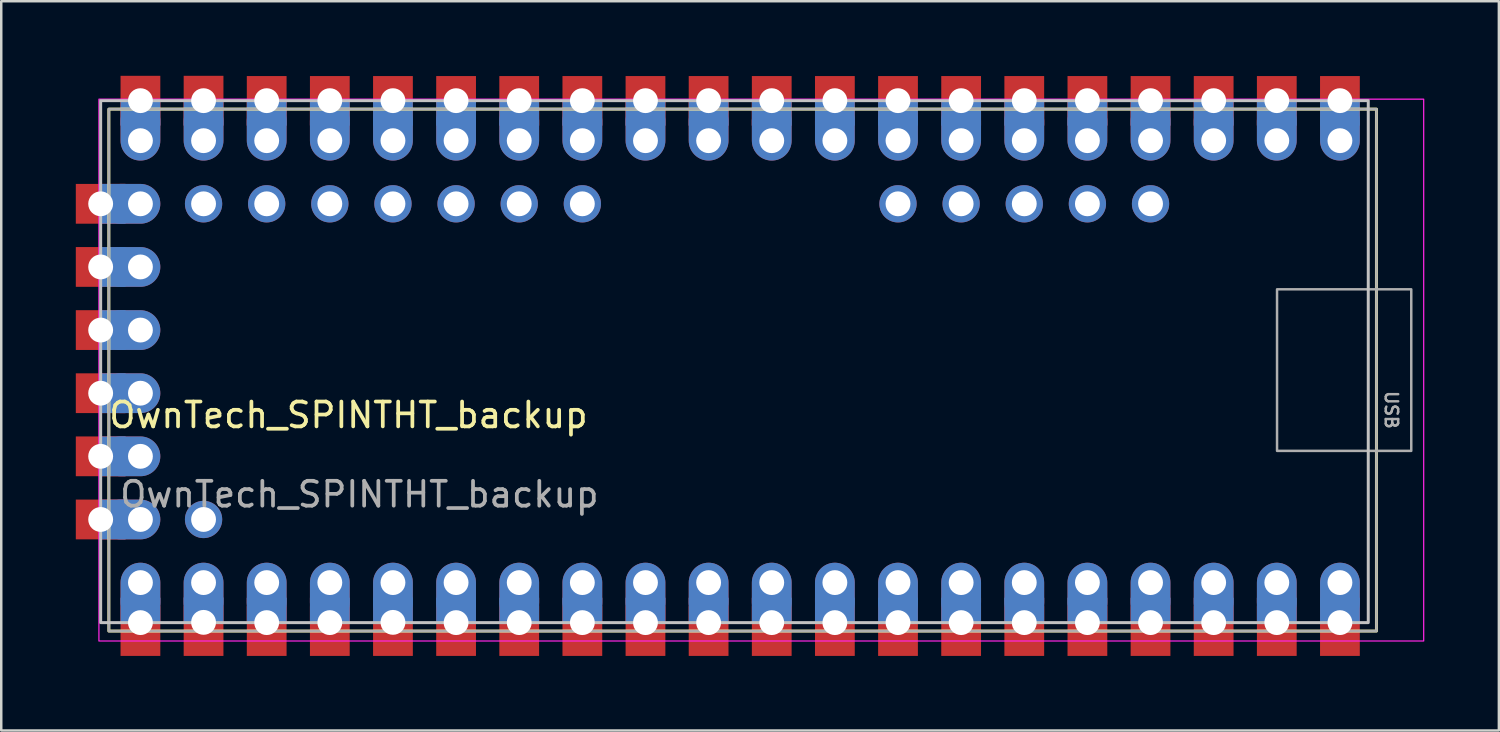
<source format=kicad_pcb>
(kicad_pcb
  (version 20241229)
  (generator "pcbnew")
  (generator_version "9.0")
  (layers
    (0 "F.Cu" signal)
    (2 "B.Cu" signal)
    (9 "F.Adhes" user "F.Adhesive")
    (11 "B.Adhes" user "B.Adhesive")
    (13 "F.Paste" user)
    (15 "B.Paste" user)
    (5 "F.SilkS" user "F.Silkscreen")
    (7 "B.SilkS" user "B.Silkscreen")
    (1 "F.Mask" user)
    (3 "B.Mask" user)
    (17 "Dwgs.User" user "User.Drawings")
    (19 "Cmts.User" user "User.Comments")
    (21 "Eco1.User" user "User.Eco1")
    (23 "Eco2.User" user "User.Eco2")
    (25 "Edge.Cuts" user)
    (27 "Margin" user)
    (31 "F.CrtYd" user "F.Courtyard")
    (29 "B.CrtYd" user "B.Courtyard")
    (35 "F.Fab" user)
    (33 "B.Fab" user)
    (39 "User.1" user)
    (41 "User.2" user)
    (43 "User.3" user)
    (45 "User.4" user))
  (footprint "OwnTech_SPINTHT_backup"
    (layer "F.Cu")
    (at 2.6 2.61)
    (property "Reference" "OwnTech_SPINTHT_backup" (at 8.37 11.04 0) (unlocked yes) (layer "F.SilkS") (effects (font (size 1 1) (thickness 0.15))))
    (attr smd)
    (fp_rect (start -1.27 -1.27) (end 49.73 19.73) (stroke (width 0.12) (type solid)) (fill no) (layer "F.SilkS"))
    (fp_rect (start -1.6 -1.61) (end 49.4 19.39) (stroke (width 0.12) (type solid)) (fill no) (layer "Dwgs.User"))
    (fp_rect (start -1.67 -1.67) (end 51.63 20.13) (stroke (width 0.05) (type solid)) (fill no) (layer "F.CrtYd"))
    (fp_rect (start -1.27 -1.27) (end 49.73 19.73) (stroke (width 0.1) (type solid)) (fill no) (layer "F.Fab"))
    (fp_rect (start 45.73 5.98) (end 51.13 12.48) (stroke (width 0.1) (type solid)) (fill no) (layer "F.Fab"))
    (fp_text user "USB" (at 50.33 10.83 270) (unlocked yes) (layer "F.Fab") (effects (font (size 0.5 0.5) (thickness 0.1))))
    (fp_text user "${REFERENCE}" (at 8.81 14.23 0) (unlocked yes) (layer "F.Fab") (effects (font (size 1 1) (thickness 0.15))))
    (pad "1" thru_hole rect (at 48.26 -1.61) (size 1.6 1) (drill 1 (offset 0 0.5)) (property pad_prop_castellated) (layers "*.Cu" "*.Mask"))
    (pad "1" smd rect (at 48.26 -1.6) (size 1.6 2) (layers "F.Cu" "F.Mask" "F.Paste"))
    (pad "1" thru_hole oval (at 48.26 0) (size 1.6 2.4) (drill 1 (offset 0 -0.4)) (layers "*.Cu" "*.Mask"))
    (pad "2" thru_hole rect (at 45.72 -1.61) (size 1.6 1) (drill 1 (offset 0 0.5)) (property pad_prop_castellated) (layers "*.Cu" "*.Mask"))
    (pad "2" smd rect (at 45.72 -1.6) (size 1.6 2) (layers "F.Cu" "F.Mask" "F.Paste"))
    (pad "2" thru_hole oval (at 45.72 0) (size 1.6 2.4) (drill 1 (offset 0 -0.4)) (layers "*.Cu" "*.Mask"))
    (pad "3" thru_hole rect (at 43.18 -1.61) (size 1.6 1) (drill 1 (offset 0 0.5)) (property pad_prop_castellated) (layers "*.Cu" "*.Mask"))
    (pad "3" smd rect (at 43.18 -1.6) (size 1.6 2) (layers "F.Cu" "F.Mask" "F.Paste"))
    (pad "3" thru_hole oval (at 43.18 0) (size 1.6 2.4) (drill 1 (offset 0 -0.4)) (layers "*.Cu" "*.Mask"))
    (pad "4" thru_hole rect (at 40.64 -1.61) (size 1.6 1) (drill 1 (offset 0 0.5)) (property pad_prop_castellated) (layers "*.Cu" "*.Mask"))
    (pad "4" smd rect (at 40.64 -1.6) (size 1.6 2) (layers "F.Cu" "F.Mask" "F.Paste"))
    (pad "4" thru_hole oval (at 40.64 0) (size 1.6 2.4) (drill 1 (offset 0 -0.4)) (layers "*.Cu" "*.Mask"))
    (pad "5" thru_hole rect (at 38.1 -1.61) (size 1.6 1) (drill 1 (offset 0 0.5)) (property pad_prop_castellated) (layers "*.Cu" "*.Mask"))
    (pad "5" smd rect (at 38.1 -1.6) (size 1.6 2) (layers "F.Cu" "F.Mask" "F.Paste"))
    (pad "5" thru_hole oval (at 38.1 0) (size 1.6 2.4) (drill 1 (offset 0 -0.4)) (layers "*.Cu" "*.Mask"))
    (pad "6" thru_hole rect (at 35.56 -1.61) (size 1.6 1) (drill 1 (offset 0 0.5)) (property pad_prop_castellated) (layers "*.Cu" "*.Mask"))
    (pad "6" smd rect (at 35.56 -1.6) (size 1.6 2) (layers "F.Cu" "F.Mask" "F.Paste"))
    (pad "6" thru_hole oval (at 35.56 0) (size 1.6 2.4) (drill 1 (offset 0 -0.4)) (layers "*.Cu" "*.Mask"))
    (pad "7" thru_hole rect (at 33.02 -1.61) (size 1.6 1) (drill 1 (offset 0 0.5)) (property pad_prop_castellated) (layers "*.Cu" "*.Mask"))
    (pad "7" smd rect (at 33.02 -1.6) (size 1.6 2) (layers "F.Cu" "F.Mask" "F.Paste"))
    (pad "7" thru_hole oval (at 33.02 0) (size 1.6 2.4) (drill 1 (offset 0 -0.4)) (layers "*.Cu" "*.Mask"))
    (pad "8" thru_hole rect (at 30.48 -1.61) (size 1.6 1) (drill 1 (offset 0 0.5)) (property pad_prop_castellated) (layers "*.Cu" "*.Mask"))
    (pad "8" smd rect (at 30.48 -1.6) (size 1.6 2) (layers "F.Cu" "F.Mask" "F.Paste"))
    (pad "8" thru_hole oval (at 30.48 0) (size 1.6 2.4) (drill 1 (offset 0 -0.4)) (layers "*.Cu" "*.Mask"))
    (pad "9" thru_hole rect (at 27.94 -1.61) (size 1.6 1) (drill 1 (offset 0 0.5)) (property pad_prop_castellated) (layers "*.Cu" "*.Mask"))
    (pad "9" smd rect (at 27.94 -1.6) (size 1.6 2) (layers "F.Cu" "F.Mask" "F.Paste"))
    (pad "9" thru_hole oval (at 27.94 0) (size 1.6 2.4) (drill 1 (offset 0 -0.4)) (layers "*.Cu" "*.Mask"))
    (pad "10" thru_hole rect (at 25.4 -1.61) (size 1.6 1) (drill 1 (offset 0 0.5)) (property pad_prop_castellated) (layers "*.Cu" "*.Mask"))
    (pad "10" smd rect (at 25.4 -1.6) (size 1.6 2) (layers "F.Cu" "F.Mask" "F.Paste"))
    (pad "10" thru_hole oval (at 25.4 0) (size 1.6 2.4) (drill 1 (offset 0 -0.4)) (layers "*.Cu" "*.Mask"))
    (pad "11" thru_hole rect (at 22.86 -1.61) (size 1.6 1) (drill 1 (offset 0 0.5)) (property pad_prop_castellated) (layers "*.Cu" "*.Mask"))
    (pad "11" smd rect (at 22.86 -1.6) (size 1.6 2) (layers "F.Cu" "F.Mask" "F.Paste"))
    (pad "11" thru_hole oval (at 22.86 0) (size 1.6 2.4) (drill 1 (offset 0 -0.4)) (layers "*.Cu" "*.Mask"))
    (pad "12" thru_hole rect (at 20.32 -1.61) (size 1.6 1) (drill 1 (offset 0 0.5)) (property pad_prop_castellated) (layers "*.Cu" "*.Mask"))
    (pad "12" smd rect (at 20.32 -1.6) (size 1.6 2) (layers "F.Cu" "F.Mask" "F.Paste"))
    (pad "12" thru_hole oval (at 20.32 0) (size 1.6 2.4) (drill 1 (offset 0 -0.4)) (layers "*.Cu" "*.Mask"))
    (pad "13" thru_hole rect (at 17.78 -1.61) (size 1.6 1) (drill 1 (offset 0 0.5)) (property pad_prop_castellated) (layers "*.Cu" "*.Mask"))
    (pad "13" smd rect (at 17.78 -1.6) (size 1.6 2) (layers "F.Cu" "F.Mask" "F.Paste"))
    (pad "13" thru_hole oval (at 17.78 0) (size 1.6 2.4) (drill 1 (offset 0 -0.4)) (layers "*.Cu" "*.Mask"))
    (pad "14" thru_hole rect (at 15.24 -1.61) (size 1.6 1) (drill 1 (offset 0 0.5)) (property pad_prop_castellated) (layers "*.Cu" "*.Mask"))
    (pad "14" smd rect (at 15.24 -1.6) (size 1.6 2) (layers "F.Cu" "F.Mask" "F.Paste"))
    (pad "14" thru_hole oval (at 15.24 0) (size 1.6 2.4) (drill 1 (offset 0 -0.4)) (layers "*.Cu" "*.Mask"))
    (pad "15" thru_hole rect (at 12.7 -1.61) (size 1.6 1) (drill 1 (offset 0 0.5)) (property pad_prop_castellated) (layers "*.Cu" "*.Mask"))
    (pad "15" smd rect (at 12.7 -1.6) (size 1.6 2) (layers "F.Cu" "F.Mask" "F.Paste"))
    (pad "15" thru_hole oval (at 12.7 0) (size 1.6 2.4) (drill 1 (offset 0 -0.4)) (layers "*.Cu" "*.Mask"))
    (pad "16" thru_hole rect (at 10.16 -1.61) (size 1.6 1) (drill 1 (offset 0 0.5)) (property pad_prop_castellated) (layers "*.Cu" "*.Mask"))
    (pad "16" smd rect (at 10.16 -1.6) (size 1.6 2) (layers "F.Cu" "F.Mask" "F.Paste"))
    (pad "16" thru_hole oval (at 10.16 0) (size 1.6 2.4) (drill 1 (offset 0 -0.4)) (layers "*.Cu" "*.Mask"))
    (pad "17" thru_hole rect (at 7.62 -1.61) (size 1.6 1) (drill 1 (offset 0 0.5)) (property pad_prop_castellated) (layers "*.Cu" "*.Mask"))
    (pad "17" smd rect (at 7.62 -1.6) (size 1.6 2) (layers "F.Cu" "F.Mask" "F.Paste"))
    (pad "17" thru_hole oval (at 7.62 0) (size 1.6 2.4) (drill 1 (offset 0 -0.4)) (layers "*.Cu" "*.Mask"))
    (pad "18" thru_hole rect (at 5.08 -1.61) (size 1.6 1) (drill 1 (offset 0 0.5)) (property pad_prop_castellated) (layers "*.Cu" "*.Mask"))
    (pad "18" smd rect (at 5.08 -1.6) (size 1.6 2) (layers "F.Cu" "F.Mask" "F.Paste"))
    (pad "18" thru_hole oval (at 5.08 0) (size 1.6 2.4) (drill 1 (offset 0 -0.4)) (layers "*.Cu" "*.Mask"))
    (pad "19" thru_hole rect (at 2.54 -1.61) (size 1.6 1) (drill 1 (offset 0 0.5)) (property pad_prop_castellated) (layers "*.Cu" "*.Mask"))
    (pad "19" smd rect (at 2.54 -1.61) (size 1.6 2) (layers "F.Cu" "F.Mask" "F.Paste"))
    (pad "19" thru_hole oval (at 2.54 0) (size 1.6 2.4) (drill 1 (offset 0 -0.4)) (layers "*.Cu" "*.Mask"))
    (pad "20" thru_hole rect (at 0 -1.61) (size 1.6 1) (drill 1 (offset 0 0.5)) (property pad_prop_castellated) (layers "*.Cu" "*.Mask"))
    (pad "20" smd rect (at 0 -1.61) (size 1.6 2) (layers "F.Cu" "F.Mask" "F.Paste"))
    (pad "20" thru_hole oval (at 0 0) (size 1.6 2.4) (drill 1 (offset 0 -0.4)) (layers "*.Cu" "*.Mask"))
    (pad "21" thru_hole oval (at 0 17.78 180) (size 1.6 2.4) (drill 1 (offset 0 -0.4)) (layers "*.Cu" "*.Mask"))
    (pad "21" thru_hole rect (at 0 19.39 180) (size 1.6 1) (drill 1 (offset 0 0.5)) (property pad_prop_castellated) (layers "*.Cu" "*.Mask"))
    (pad "21" smd rect (at 0 19.73 180) (size 1.6 2) (layers "F.Cu" "F.Mask" "F.Paste"))
    (pad "22" thru_hole oval (at 2.54 17.78 180) (size 1.6 2.4) (drill 1 (offset 0 -0.4)) (layers "*.Cu" "*.Mask"))
    (pad "22" thru_hole rect (at 2.54 19.38 180) (size 1.6 1) (drill 1 (offset 0 0.5)) (property pad_prop_castellated) (layers "*.Cu" "*.Mask"))
    (pad "22" smd rect (at 2.54 19.73 180) (size 1.6 2) (layers "F.Cu" "F.Mask" "F.Paste"))
    (pad "23" thru_hole oval (at 5.08 17.78 180) (size 1.6 2.4) (drill 1 (offset 0 -0.4)) (layers "*.Cu" "*.Mask"))
    (pad "23" thru_hole rect (at 5.08 19.39 180) (size 1.6 1) (drill 1 (offset 0 0.5)) (property pad_prop_castellated) (layers "*.Cu" "*.Mask"))
    (pad "23" smd rect (at 5.08 19.73 180) (size 1.6 2) (layers "F.Cu" "F.Mask" "F.Paste"))
    (pad "24" thru_hole oval (at 7.62 17.78 180) (size 1.6 2.4) (drill 1 (offset 0 -0.4)) (layers "*.Cu" "*.Mask"))
    (pad "24" thru_hole rect (at 7.62 19.39 180) (size 1.6 1) (drill 1 (offset 0 0.5)) (property pad_prop_castellated) (layers "*.Cu" "*.Mask"))
    (pad "24" smd rect (at 7.62 19.73 180) (size 1.6 2) (layers "F.Cu" "F.Mask" "F.Paste"))
    (pad "25" thru_hole oval (at 10.16 17.78 180) (size 1.6 2.4) (drill 1 (offset 0 -0.4)) (layers "*.Cu" "*.Mask"))
    (pad "25" thru_hole rect (at 10.16 19.38 180) (size 1.6 1) (drill 1 (offset 0 0.5)) (property pad_prop_castellated) (layers "*.Cu" "*.Mask"))
    (pad "25" smd rect (at 10.16 19.73 180) (size 1.6 2) (layers "F.Cu" "F.Mask" "F.Paste"))
    (pad "26" thru_hole oval (at 12.7 17.78 180) (size 1.6 2.4) (drill 1 (offset 0 -0.4)) (layers "*.Cu" "*.Mask"))
    (pad "26" thru_hole rect (at 12.7 19.39 180) (size 1.6 1) (drill 1 (offset 0 0.5)) (property pad_prop_castellated) (layers "*.Cu" "*.Mask"))
    (pad "26" smd rect (at 12.7 19.73 180) (size 1.6 2) (layers "F.Cu" "F.Mask" "F.Paste"))
    (pad "27" thru_hole oval (at 15.24 17.78 180) (size 1.6 2.4) (drill 1 (offset 0 -0.4)) (layers "*.Cu" "*.Mask"))
    (pad "27" thru_hole rect (at 15.24 19.39 180) (size 1.6 1) (drill 1 (offset 0 0.5)) (property pad_prop_castellated) (layers "*.Cu" "*.Mask"))
    (pad "27" smd rect (at 15.24 19.73 180) (size 1.6 2) (layers "F.Cu" "F.Mask" "F.Paste"))
    (pad "28" thru_hole oval (at 17.78 17.78 180) (size 1.6 2.4) (drill 1 (offset 0 -0.4)) (layers "*.Cu" "*.Mask"))
    (pad "28" thru_hole rect (at 17.78 19.39 180) (size 1.6 1) (drill 1 (offset 0 0.5)) (property pad_prop_castellated) (layers "*.Cu" "*.Mask"))
    (pad "28" smd rect (at 17.78 19.73 180) (size 1.6 2) (layers "F.Cu" "F.Mask" "F.Paste"))
    (pad "29" thru_hole oval (at 20.32 17.78 180) (size 1.6 2.4) (drill 1 (offset 0 -0.4)) (layers "*.Cu" "*.Mask"))
    (pad "29" thru_hole rect (at 20.32 19.39 180) (size 1.6 1) (drill 1 (offset 0 0.5)) (property pad_prop_castellated) (layers "*.Cu" "*.Mask"))
    (pad "29" smd rect (at 20.32 19.73 180) (size 1.6 2) (layers "F.Cu" "F.Mask" "F.Paste"))
    (pad "30" thru_hole oval (at 22.86 17.78 180) (size 1.6 2.4) (drill 1 (offset 0 -0.4)) (layers "*.Cu" "*.Mask"))
    (pad "30" thru_hole rect (at 22.86 19.39 180) (size 1.6 1) (drill 1 (offset 0 0.5)) (property pad_prop_castellated) (layers "*.Cu" "*.Mask"))
    (pad "30" smd rect (at 22.86 19.73 180) (size 1.6 2) (layers "F.Cu" "F.Mask" "F.Paste"))
    (pad "31" thru_hole oval (at 25.4 17.78 180) (size 1.6 2.4) (drill 1 (offset 0 -0.4)) (layers "*.Cu" "*.Mask"))
    (pad "31" thru_hole rect (at 25.4 19.39 180) (size 1.6 1) (drill 1 (offset 0 0.5)) (property pad_prop_castellated) (layers "*.Cu" "*.Mask"))
    (pad "31" smd rect (at 25.4 19.73 180) (size 1.6 2) (layers "F.Cu" "F.Mask" "F.Paste"))
    (pad "32" thru_hole oval (at 27.94 17.78 180) (size 1.6 2.4) (drill 1 (offset 0 -0.4)) (layers "*.Cu" "*.Mask"))
    (pad "32" thru_hole rect (at 27.94 19.39 180) (size 1.6 1) (drill 1 (offset 0 0.5)) (property pad_prop_castellated) (layers "*.Cu" "*.Mask"))
    (pad "32" smd rect (at 27.94 19.73 180) (size 1.6 2) (layers "F.Cu" "F.Mask" "F.Paste"))
    (pad "33" thru_hole oval (at 30.48 17.78 180) (size 1.6 2.4) (drill 1 (offset 0 -0.4)) (layers "*.Cu" "*.Mask"))
    (pad "33" thru_hole rect (at 30.48 19.39 180) (size 1.6 1) (drill 1 (offset 0 0.5)) (property pad_prop_castellated) (layers "*.Cu" "*.Mask"))
    (pad "33" smd rect (at 30.48 19.73 180) (size 1.6 2) (layers "F.Cu" "F.Mask" "F.Paste"))
    (pad "34" thru_hole oval (at 33.02 17.78 180) (size 1.6 2.4) (drill 1 (offset 0 -0.4)) (layers "*.Cu" "*.Mask"))
    (pad "34" thru_hole rect (at 33.02 19.39 180) (size 1.6 1) (drill 1 (offset 0 0.5)) (property pad_prop_castellated) (layers "*.Cu" "*.Mask"))
    (pad "34" smd rect (at 33.02 19.73 180) (size 1.6 2) (layers "F.Cu" "F.Mask" "F.Paste"))
    (pad "35" thru_hole oval (at 35.56 17.78 180) (size 1.6 2.4) (drill 1 (offset 0 -0.4)) (layers "*.Cu" "*.Mask"))
    (pad "35" thru_hole rect (at 35.56 19.39 180) (size 1.6 1) (drill 1 (offset 0 0.5)) (property pad_prop_castellated) (layers "*.Cu" "*.Mask"))
    (pad "35" smd rect (at 35.56 19.73 180) (size 1.6 2) (layers "F.Cu" "F.Mask" "F.Paste"))
    (pad "36" thru_hole oval (at 38.1 17.78 180) (size 1.6 2.4) (drill 1 (offset 0 -0.4)) (layers "*.Cu" "*.Mask"))
    (pad "36" thru_hole rect (at 38.1 19.39 180) (size 1.6 1) (drill 1 (offset 0 0.5)) (property pad_prop_castellated) (layers "*.Cu" "*.Mask"))
    (pad "36" smd rect (at 38.1 19.73 180) (size 1.6 2) (layers "F.Cu" "F.Mask" "F.Paste"))
    (pad "37" thru_hole oval (at 40.64 17.78 180) (size 1.6 2.4) (drill 1 (offset 0 -0.4)) (layers "*.Cu" "*.Mask"))
    (pad "37" thru_hole rect (at 40.64 19.39 180) (size 1.6 1) (drill 1 (offset 0 0.5)) (property pad_prop_castellated) (layers "*.Cu" "*.Mask"))
    (pad "37" smd rect (at 40.64 19.73 180) (size 1.6 2) (layers "F.Cu" "F.Mask" "F.Paste"))
    (pad "38" thru_hole oval (at 43.18 17.78 180) (size 1.6 2.4) (drill 1 (offset 0 -0.4)) (layers "*.Cu" "*.Mask"))
    (pad "38" thru_hole rect (at 43.18 19.39 180) (size 1.6 1) (drill 1 (offset 0 0.5)) (property pad_prop_castellated) (layers "*.Cu" "*.Mask"))
    (pad "38" smd rect (at 43.18 19.73 180) (size 1.6 2) (layers "F.Cu" "F.Mask" "F.Paste"))
    (pad "39" thru_hole oval (at 45.72 17.78 180) (size 1.6 2.4) (drill 1 (offset 0 -0.4)) (layers "*.Cu" "*.Mask"))
    (pad "39" thru_hole rect (at 45.72 19.39 180) (size 1.6 1) (drill 1 (offset 0 0.5)) (property pad_prop_castellated) (layers "*.Cu" "*.Mask"))
    (pad "39" smd rect (at 45.72 19.73 180) (size 1.6 2) (layers "F.Cu" "F.Mask" "F.Paste"))
    (pad "40" thru_hole oval (at 48.26 17.78 180) (size 1.6 2.4) (drill 1 (offset 0 -0.4)) (layers "*.Cu" "*.Mask"))
    (pad "40" thru_hole rect (at 48.26 19.39 180) (size 1.6 1) (drill 1 (offset 0 0.5)) (property pad_prop_castellated) (layers "*.Cu" "*.Mask"))
    (pad "40" smd rect (at 48.26 19.73 180) (size 1.6 2) (layers "F.Cu" "F.Mask" "F.Paste"))
    (pad "41" thru_hole circle (at 40.64 2.54 90) (size 1.5 1.5) (drill 1) (property pad_prop_castellated) (layers "*.Cu" "*.Mask"))
    (pad "42" thru_hole circle (at 38.1 2.54 90) (size 1.5 1.5) (drill 1) (property pad_prop_castellated) (layers "*.Cu" "*.Mask"))
    (pad "43" thru_hole circle (at 35.56 2.54 90) (size 1.5 1.5) (drill 1) (property pad_prop_castellated) (layers "*.Cu" "*.Mask"))
    (pad "44" thru_hole circle (at 33.02 2.54 90) (size 1.5 1.5) (drill 1) (property pad_prop_castellated) (layers "*.Cu" "*.Mask"))
    (pad "45" thru_hole circle (at 30.48 2.54 90) (size 1.5 1.5) (drill 1) (property pad_prop_castellated) (layers "*.Cu" "*.Mask"))
    (pad "46" thru_hole circle (at 17.78 2.54 90) (size 1.5 1.5) (drill 1) (property pad_prop_castellated) (layers "*.Cu" "*.Mask"))
    (pad "47" thru_hole circle (at 15.24 2.54 90) (size 1.5 1.5) (drill 1) (property pad_prop_castellated) (layers "*.Cu" "*.Mask"))
    (pad "48" thru_hole circle (at 12.7 2.54 90) (size 1.5 1.5) (drill 1) (property pad_prop_castellated) (layers "*.Cu" "*.Mask"))
    (pad "49" thru_hole circle (at 10.16 2.54 90) (size 1.5 1.5) (drill 1) (property pad_prop_castellated) (layers "*.Cu" "*.Mask"))
    (pad "50" thru_hole circle (at 7.62 2.54 90) (size 1.5 1.5) (drill 1) (property pad_prop_castellated) (layers "*.Cu" "*.Mask"))
    (pad "51" thru_hole circle (at 5.08 2.54 90) (size 1.5 1.5) (drill 1) (property pad_prop_castellated) (layers "*.Cu" "*.Mask"))
    (pad "52" thru_hole circle (at 2.54 2.54 90) (size 1.5 1.5) (drill 1) (property pad_prop_castellated) (layers "*.Cu" "*.Mask"))
    (pad "53" thru_hole rect (at -1.6 2.54 90) (size 1.6 1) (drill 1 (offset 0 0.5)) (property pad_prop_castellated) (layers "*.Cu" "*.Mask"))
    (pad "53" smd rect (at -1.6 2.54 90) (size 1.6 2) (layers "F.Cu" "F.Mask" "F.Paste"))
    (pad "53" thru_hole oval (at 0 2.54 90) (size 1.6 2.4) (drill 1 (offset 0 -0.4)) (layers "*.Cu" "*.Mask"))
    (pad "54" thru_hole rect (at -1.6 5.08 90) (size 1.6 1) (drill 1 (offset 0 0.5)) (property pad_prop_castellated) (layers "*.Cu" "*.Mask"))
    (pad "54" smd rect (at -1.6 5.08 90) (size 1.6 2) (layers "F.Cu" "F.Mask" "F.Paste"))
    (pad "54" thru_hole oval (at 0 5.08 90) (size 1.6 2.4) (drill 1 (offset 0 -0.4)) (layers "*.Cu" "*.Mask"))
    (pad "55" thru_hole rect (at -1.6 7.62 90) (size 1.6 1) (drill 1 (offset 0 0.5)) (property pad_prop_castellated) (layers "*.Cu" "*.Mask"))
    (pad "55" smd rect (at -1.6 7.62 90) (size 1.6 2) (layers "F.Cu" "F.Mask" "F.Paste"))
    (pad "55" thru_hole oval (at 0 7.62 90) (size 1.6 2.4) (drill 1 (offset 0 -0.4)) (layers "*.Cu" "*.Mask"))
    (pad "56" thru_hole rect (at -1.6 10.16 90) (size 1.6 1) (drill 1 (offset 0 0.5)) (property pad_prop_castellated) (layers "*.Cu" "*.Mask"))
    (pad "56" smd rect (at -1.6 10.16 90) (size 1.6 2) (layers "F.Cu" "F.Mask" "F.Paste"))
    (pad "56" thru_hole oval (at 0 10.16 90) (size 1.6 2.4) (drill 1 (offset 0 -0.4)) (layers "*.Cu" "*.Mask"))
    (pad "57" thru_hole rect (at -1.6 12.7 90) (size 1.6 1) (drill 1 (offset 0 0.5)) (property pad_prop_castellated) (layers "*.Cu" "*.Mask"))
    (pad "57" smd rect (at -1.6 12.7 90) (size 1.6 2) (layers "F.Cu" "F.Mask" "F.Paste"))
    (pad "57" thru_hole oval (at 0 12.7 90) (size 1.6 2.4) (drill 1 (offset 0 -0.4)) (layers "*.Cu" "*.Mask"))
    (pad "58" thru_hole rect (at -1.6 15.24 90) (size 1.6 1) (drill 1 (offset 0 0.5)) (property pad_prop_castellated) (layers "*.Cu" "*.Mask"))
    (pad "58" smd rect (at -1.6 15.24 90) (size 1.6 2) (layers "F.Cu" "F.Mask" "F.Paste"))
    (pad "58" thru_hole oval (at 0 15.24 90) (size 1.6 2.4) (drill 1 (offset 0 -0.4)) (layers "*.Cu" "*.Mask"))
    (pad "59" thru_hole circle (at 2.54 15.24 90) (size 1.5 1.5) (drill 1) (property pad_prop_castellated) (layers "*.Cu" "*.Mask")))
  (gr_rect
    (start -3 -3)
    (end 57.255 26.34)
    (stroke (width 0.1) (type default))
    (fill no)
    (layer "Edge.Cuts")))
</source>
